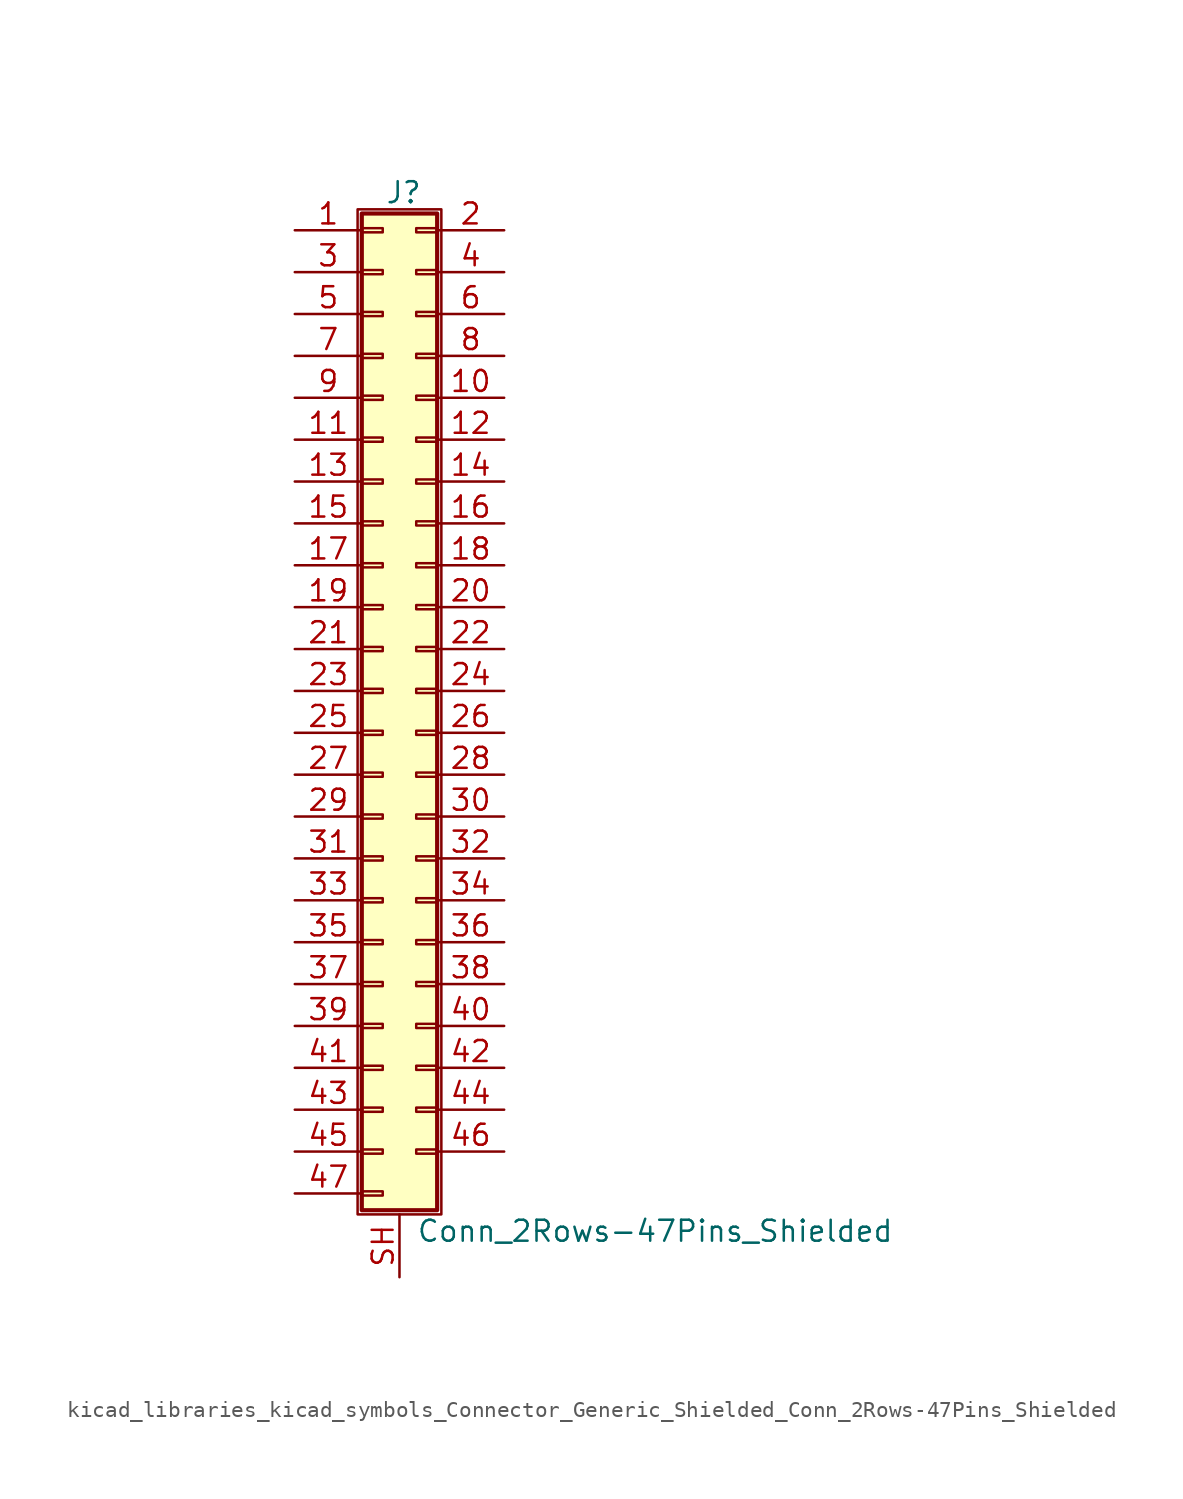
<source format=kicad_sym>
(kicad_symbol_lib
  (version 20220914)
  (generator kicad_symbol_editor)
  (symbol "kicad_libraries_kicad_symbols_Connector_Generic_Shielded_Conn_2Rows-47Pins_Shielded"
    (pin_names
      (offset 1.016) hide)
    (property "Reference" "J"
      (at 1.524 30.226 0)
      (effects (font (size 1.27 1.27))))
    (property "Value" "Conn_2Rows-47Pins_Shielded"
      (at 2.286 -32.766 0)
      (effects (font (size 1.27 1.27)) (justify left)))
    (symbol "kicad_libraries_kicad_symbols_Connector_Generic_Shielded_Conn_2Rows-47Pins_Shielded_1_1"
      (rectangle (start -1.27 29.21) (end 3.81 -31.75) (stroke (width 0.152) (type default)) (fill (type none)))
      (rectangle (start -1.016 -30.353) (end 0.254 -30.607) (stroke (width 0.152) (type default)) (fill (type none)))
      (rectangle (start -1.016 -27.813) (end 0.254 -28.067) (stroke (width 0.152) (type default)) (fill (type none)))
      (rectangle (start -1.016 -25.273) (end 0.254 -25.527) (stroke (width 0.152) (type default)) (fill (type none)))
      (rectangle (start -1.016 -22.733) (end 0.254 -22.987) (stroke (width 0.152) (type default)) (fill (type none)))
      (rectangle (start -1.016 -20.193) (end 0.254 -20.447) (stroke (width 0.152) (type default)) (fill (type none)))
      (rectangle (start -1.016 -17.653) (end 0.254 -17.907) (stroke (width 0.152) (type default)) (fill (type none)))
      (rectangle (start -1.016 -15.113) (end 0.254 -15.367) (stroke (width 0.152) (type default)) (fill (type none)))
      (rectangle (start -1.016 -12.573) (end 0.254 -12.827) (stroke (width 0.152) (type default)) (fill (type none)))
      (rectangle (start -1.016 -10.033) (end 0.254 -10.287) (stroke (width 0.152) (type default)) (fill (type none)))
      (rectangle (start -1.016 -7.493) (end 0.254 -7.747) (stroke (width 0.152) (type default)) (fill (type none)))
      (rectangle (start -1.016 -4.953) (end 0.254 -5.207) (stroke (width 0.152) (type default)) (fill (type none)))
      (rectangle (start -1.016 -2.413) (end 0.254 -2.667) (stroke (width 0.152) (type default)) (fill (type none)))
      (rectangle (start -1.016 0.127) (end 0.254 -0.127) (stroke (width 0.152) (type default)) (fill (type none)))
      (rectangle (start -1.016 2.667) (end 0.254 2.413) (stroke (width 0.152) (type default)) (fill (type none)))
      (rectangle (start -1.016 5.207) (end 0.254 4.953) (stroke (width 0.152) (type default)) (fill (type none)))
      (rectangle (start -1.016 7.747) (end 0.254 7.493) (stroke (width 0.152) (type default)) (fill (type none)))
      (rectangle (start -1.016 10.287) (end 0.254 10.033) (stroke (width 0.152) (type default)) (fill (type none)))
      (rectangle (start -1.016 12.827) (end 0.254 12.573) (stroke (width 0.152) (type default)) (fill (type none)))
      (rectangle (start -1.016 15.367) (end 0.254 15.113) (stroke (width 0.152) (type default)) (fill (type none)))
      (rectangle (start -1.016 17.907) (end 0.254 17.653) (stroke (width 0.152) (type default)) (fill (type none)))
      (rectangle (start -1.016 20.447) (end 0.254 20.193) (stroke (width 0.152) (type default)) (fill (type none)))
      (rectangle (start -1.016 22.987) (end 0.254 22.733) (stroke (width 0.152) (type default)) (fill (type none)))
      (rectangle (start -1.016 25.527) (end 0.254 25.273) (stroke (width 0.152) (type default)) (fill (type none)))
      (rectangle (start -1.016 28.067) (end 0.254 27.813) (stroke (width 0.152) (type default)) (fill (type none)))
      (rectangle (start -1.016 28.956) (end 3.556 -31.496) (stroke (width 0.254) (type default)) (fill (type background)))
      (rectangle (start 3.556 -27.813) (end 2.286 -28.067) (stroke (width 0.152) (type default)) (fill (type none)))
      (rectangle (start 3.556 -25.273) (end 2.286 -25.527) (stroke (width 0.152) (type default)) (fill (type none)))
      (rectangle (start 3.556 -22.733) (end 2.286 -22.987) (stroke (width 0.152) (type default)) (fill (type none)))
      (rectangle (start 3.556 -20.193) (end 2.286 -20.447) (stroke (width 0.152) (type default)) (fill (type none)))
      (rectangle (start 3.556 -17.653) (end 2.286 -17.907) (stroke (width 0.152) (type default)) (fill (type none)))
      (rectangle (start 3.556 -15.113) (end 2.286 -15.367) (stroke (width 0.152) (type default)) (fill (type none)))
      (rectangle (start 3.556 -12.573) (end 2.286 -12.827) (stroke (width 0.152) (type default)) (fill (type none)))
      (rectangle (start 3.556 -10.033) (end 2.286 -10.287) (stroke (width 0.152) (type default)) (fill (type none)))
      (rectangle (start 3.556 -7.493) (end 2.286 -7.747) (stroke (width 0.152) (type default)) (fill (type none)))
      (rectangle (start 3.556 -4.953) (end 2.286 -5.207) (stroke (width 0.152) (type default)) (fill (type none)))
      (rectangle (start 3.556 -2.413) (end 2.286 -2.667) (stroke (width 0.152) (type default)) (fill (type none)))
      (rectangle (start 3.556 0.127) (end 2.286 -0.127) (stroke (width 0.152) (type default)) (fill (type none)))
      (rectangle (start 3.556 2.667) (end 2.286 2.413) (stroke (width 0.152) (type default)) (fill (type none)))
      (rectangle (start 3.556 5.207) (end 2.286 4.953) (stroke (width 0.152) (type default)) (fill (type none)))
      (rectangle (start 3.556 7.747) (end 2.286 7.493) (stroke (width 0.152) (type default)) (fill (type none)))
      (rectangle (start 3.556 10.287) (end 2.286 10.033) (stroke (width 0.152) (type default)) (fill (type none)))
      (rectangle (start 3.556 12.827) (end 2.286 12.573) (stroke (width 0.152) (type default)) (fill (type none)))
      (rectangle (start 3.556 15.367) (end 2.286 15.113) (stroke (width 0.152) (type default)) (fill (type none)))
      (rectangle (start 3.556 17.907) (end 2.286 17.653) (stroke (width 0.152) (type default)) (fill (type none)))
      (rectangle (start 3.556 20.447) (end 2.286 20.193) (stroke (width 0.152) (type default)) (fill (type none)))
      (rectangle (start 3.556 22.987) (end 2.286 22.733) (stroke (width 0.152) (type default)) (fill (type none)))
      (rectangle (start 3.556 25.527) (end 2.286 25.273) (stroke (width 0.152) (type default)) (fill (type none)))
      (rectangle (start 3.556 28.067) (end 2.286 27.813) (stroke (width 0.152) (type default)) (fill (type none)))
      (pin passive line (at -5.08 27.94 0) (length 4.064) (name "Pin_1" (effects (font (size 1.27 1.27)))) (number "1" (effects (font (size 1.27 1.27)))))
      (pin passive line (at 7.62 17.78 180) (length 4.064) (name "Pin_10" (effects (font (size 1.27 1.27)))) (number "10" (effects (font (size 1.27 1.27)))))
      (pin passive line (at -5.08 15.24 0) (length 4.064) (name "Pin_11" (effects (font (size 1.27 1.27)))) (number "11" (effects (font (size 1.27 1.27)))))
      (pin passive line (at 7.62 15.24 180) (length 4.064) (name "Pin_12" (effects (font (size 1.27 1.27)))) (number "12" (effects (font (size 1.27 1.27)))))
      (pin passive line (at -5.08 12.7 0) (length 4.064) (name "Pin_13" (effects (font (size 1.27 1.27)))) (number "13" (effects (font (size 1.27 1.27)))))
      (pin passive line (at 7.62 12.7 180) (length 4.064) (name "Pin_14" (effects (font (size 1.27 1.27)))) (number "14" (effects (font (size 1.27 1.27)))))
      (pin passive line (at -5.08 10.16 0) (length 4.064) (name "Pin_15" (effects (font (size 1.27 1.27)))) (number "15" (effects (font (size 1.27 1.27)))))
      (pin passive line (at 7.62 10.16 180) (length 4.064) (name "Pin_16" (effects (font (size 1.27 1.27)))) (number "16" (effects (font (size 1.27 1.27)))))
      (pin passive line (at -5.08 7.62 0) (length 4.064) (name "Pin_17" (effects (font (size 1.27 1.27)))) (number "17" (effects (font (size 1.27 1.27)))))
      (pin passive line (at 7.62 7.62 180) (length 4.064) (name "Pin_18" (effects (font (size 1.27 1.27)))) (number "18" (effects (font (size 1.27 1.27)))))
      (pin passive line (at -5.08 5.08 0) (length 4.064) (name "Pin_19" (effects (font (size 1.27 1.27)))) (number "19" (effects (font (size 1.27 1.27)))))
      (pin passive line (at 7.62 27.94 180) (length 4.064) (name "Pin_2" (effects (font (size 1.27 1.27)))) (number "2" (effects (font (size 1.27 1.27)))))
      (pin passive line (at 7.62 5.08 180) (length 4.064) (name "Pin_20" (effects (font (size 1.27 1.27)))) (number "20" (effects (font (size 1.27 1.27)))))
      (pin passive line (at -5.08 2.54 0) (length 4.064) (name "Pin_21" (effects (font (size 1.27 1.27)))) (number "21" (effects (font (size 1.27 1.27)))))
      (pin passive line (at 7.62 2.54 180) (length 4.064) (name "Pin_22" (effects (font (size 1.27 1.27)))) (number "22" (effects (font (size 1.27 1.27)))))
      (pin passive line (at -5.08 0 0) (length 4.064) (name "Pin_23" (effects (font (size 1.27 1.27)))) (number "23" (effects (font (size 1.27 1.27)))))
      (pin passive line (at 7.62 0 180) (length 4.064) (name "Pin_24" (effects (font (size 1.27 1.27)))) (number "24" (effects (font (size 1.27 1.27)))))
      (pin passive line (at -5.08 -2.54 0) (length 4.064) (name "Pin_25" (effects (font (size 1.27 1.27)))) (number "25" (effects (font (size 1.27 1.27)))))
      (pin passive line (at 7.62 -2.54 180) (length 4.064) (name "Pin_26" (effects (font (size 1.27 1.27)))) (number "26" (effects (font (size 1.27 1.27)))))
      (pin passive line (at -5.08 -5.08 0) (length 4.064) (name "Pin_27" (effects (font (size 1.27 1.27)))) (number "27" (effects (font (size 1.27 1.27)))))
      (pin passive line (at 7.62 -5.08 180) (length 4.064) (name "Pin_28" (effects (font (size 1.27 1.27)))) (number "28" (effects (font (size 1.27 1.27)))))
      (pin passive line (at -5.08 -7.62 0) (length 4.064) (name "Pin_29" (effects (font (size 1.27 1.27)))) (number "29" (effects (font (size 1.27 1.27)))))
      (pin passive line (at -5.08 25.4 0) (length 4.064) (name "Pin_3" (effects (font (size 1.27 1.27)))) (number "3" (effects (font (size 1.27 1.27)))))
      (pin passive line (at 7.62 -7.62 180) (length 4.064) (name "Pin_30" (effects (font (size 1.27 1.27)))) (number "30" (effects (font (size 1.27 1.27)))))
      (pin passive line (at -5.08 -10.16 0) (length 4.064) (name "Pin_31" (effects (font (size 1.27 1.27)))) (number "31" (effects (font (size 1.27 1.27)))))
      (pin passive line (at 7.62 -10.16 180) (length 4.064) (name "Pin_32" (effects (font (size 1.27 1.27)))) (number "32" (effects (font (size 1.27 1.27)))))
      (pin passive line (at -5.08 -12.7 0) (length 4.064) (name "Pin_33" (effects (font (size 1.27 1.27)))) (number "33" (effects (font (size 1.27 1.27)))))
      (pin passive line (at 7.62 -12.7 180) (length 4.064) (name "Pin_34" (effects (font (size 1.27 1.27)))) (number "34" (effects (font (size 1.27 1.27)))))
      (pin passive line (at -5.08 -15.24 0) (length 4.064) (name "Pin_35" (effects (font (size 1.27 1.27)))) (number "35" (effects (font (size 1.27 1.27)))))
      (pin passive line (at 7.62 -15.24 180) (length 4.064) (name "Pin_36" (effects (font (size 1.27 1.27)))) (number "36" (effects (font (size 1.27 1.27)))))
      (pin passive line (at -5.08 -17.78 0) (length 4.064) (name "Pin_37" (effects (font (size 1.27 1.27)))) (number "37" (effects (font (size 1.27 1.27)))))
      (pin passive line (at 7.62 -17.78 180) (length 4.064) (name "Pin_38" (effects (font (size 1.27 1.27)))) (number "38" (effects (font (size 1.27 1.27)))))
      (pin passive line (at -5.08 -20.32 0) (length 4.064) (name "Pin_39" (effects (font (size 1.27 1.27)))) (number "39" (effects (font (size 1.27 1.27)))))
      (pin passive line (at 7.62 25.4 180) (length 4.064) (name "Pin_4" (effects (font (size 1.27 1.27)))) (number "4" (effects (font (size 1.27 1.27)))))
      (pin passive line (at 7.62 -20.32 180) (length 4.064) (name "Pin_40" (effects (font (size 1.27 1.27)))) (number "40" (effects (font (size 1.27 1.27)))))
      (pin passive line (at -5.08 -22.86 0) (length 4.064) (name "Pin_41" (effects (font (size 1.27 1.27)))) (number "41" (effects (font (size 1.27 1.27)))))
      (pin passive line (at 7.62 -22.86 180) (length 4.064) (name "Pin_42" (effects (font (size 1.27 1.27)))) (number "42" (effects (font (size 1.27 1.27)))))
      (pin passive line (at -5.08 -25.4 0) (length 4.064) (name "Pin_43" (effects (font (size 1.27 1.27)))) (number "43" (effects (font (size 1.27 1.27)))))
      (pin passive line (at 7.62 -25.4 180) (length 4.064) (name "Pin_44" (effects (font (size 1.27 1.27)))) (number "44" (effects (font (size 1.27 1.27)))))
      (pin passive line (at -5.08 -27.94 0) (length 4.064) (name "Pin_45" (effects (font (size 1.27 1.27)))) (number "45" (effects (font (size 1.27 1.27)))))
      (pin passive line (at 7.62 -27.94 180) (length 4.064) (name "Pin_46" (effects (font (size 1.27 1.27)))) (number "46" (effects (font (size 1.27 1.27)))))
      (pin passive line (at -5.08 -30.48 0) (length 4.064) (name "Pin_47" (effects (font (size 1.27 1.27)))) (number "47" (effects (font (size 1.27 1.27)))))
      (pin passive line (at -5.08 22.86 0) (length 4.064) (name "Pin_5" (effects (font (size 1.27 1.27)))) (number "5" (effects (font (size 1.27 1.27)))))
      (pin passive line (at 7.62 22.86 180) (length 4.064) (name "Pin_6" (effects (font (size 1.27 1.27)))) (number "6" (effects (font (size 1.27 1.27)))))
      (pin passive line (at -5.08 20.32 0) (length 4.064) (name "Pin_7" (effects (font (size 1.27 1.27)))) (number "7" (effects (font (size 1.27 1.27)))))
      (pin passive line (at 7.62 20.32 180) (length 4.064) (name "Pin_8" (effects (font (size 1.27 1.27)))) (number "8" (effects (font (size 1.27 1.27)))))
      (pin passive line (at -5.08 17.78 0) (length 4.064) (name "Pin_9" (effects (font (size 1.27 1.27)))) (number "9" (effects (font (size 1.27 1.27)))))
      (pin passive line (at 1.27 -35.56 90) (length 3.81) (name "Shield" (effects (font (size 1.27 1.27)))) (number "SH" (effects (font (size 1.27 1.27))))))))
</source>
